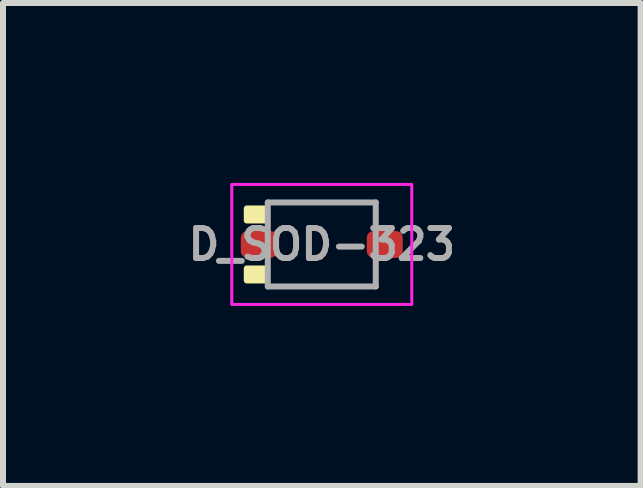
<source format=kicad_pcb>
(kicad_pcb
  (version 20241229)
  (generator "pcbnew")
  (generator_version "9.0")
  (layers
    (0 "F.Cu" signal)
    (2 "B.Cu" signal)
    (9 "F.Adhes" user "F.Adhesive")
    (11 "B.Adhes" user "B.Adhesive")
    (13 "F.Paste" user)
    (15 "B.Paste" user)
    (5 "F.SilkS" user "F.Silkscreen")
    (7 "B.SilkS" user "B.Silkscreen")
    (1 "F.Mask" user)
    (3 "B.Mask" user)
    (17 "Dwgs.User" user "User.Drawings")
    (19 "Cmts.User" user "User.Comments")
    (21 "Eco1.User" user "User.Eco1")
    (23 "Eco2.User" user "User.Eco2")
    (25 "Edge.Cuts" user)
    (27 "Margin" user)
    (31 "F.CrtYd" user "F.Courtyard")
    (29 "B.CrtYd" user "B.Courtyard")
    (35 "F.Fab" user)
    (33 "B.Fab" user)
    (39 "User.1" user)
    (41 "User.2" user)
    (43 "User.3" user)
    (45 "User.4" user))
  (footprint "D_SOD-323"
    (layer "F.Cu")
    (at 2.314 1.025)
    (property "Reference" "D_SOD-323" (at 0 0 0) (layer "F.Fab") (effects (font (size 0.5 0.5) (thickness 0.1))))
    (attr smd)
    (fp_rect (start -1.25 -0.6) (end -0.95 -0.4) (stroke (width 0.1) (type default)) (fill yes) (layer "F.SilkS"))
    (fp_rect (start -1.25 0.4) (end -0.95 0.6) (stroke (width 0.1) (type default)) (fill yes) (layer "F.SilkS"))
    (fp_rect (start -1.5 -1) (end 1.5 1) (stroke (width 0.05) (type default)) (fill no) (layer "F.CrtYd"))
    (fp_line (start -0.9 -0.7) (end 0.9 -0.7) (stroke (width 0.1) (type solid)) (layer "F.Fab"))
    (fp_line (start -0.9 0.7) (end -0.9 -0.7) (stroke (width 0.1) (type solid)) (layer "F.Fab"))
    (fp_line (start 0.9 -0.7) (end 0.9 0.7) (stroke (width 0.1) (type solid)) (layer "F.Fab"))
    (fp_line (start 0.9 0.7) (end -0.9 0.7) (stroke (width 0.1) (type solid)) (layer "F.Fab"))
    (pad "1" smd roundrect (at -1.05 0) (size 0.6 0.45) (layers "F.Cu" "F.Mask" "F.Paste") (roundrect_rratio 0.25))
    (pad "2" smd roundrect (at 1.05 0) (size 0.6 0.45) (layers "F.Cu" "F.Mask" "F.Paste") (roundrect_rratio 0.25)))
  (gr_rect
    (start -3 -3)
    (end 7.629 5.05)
    (stroke (width 0.1) (type default))
    (fill no)
    (layer "Edge.Cuts")))
</source>
